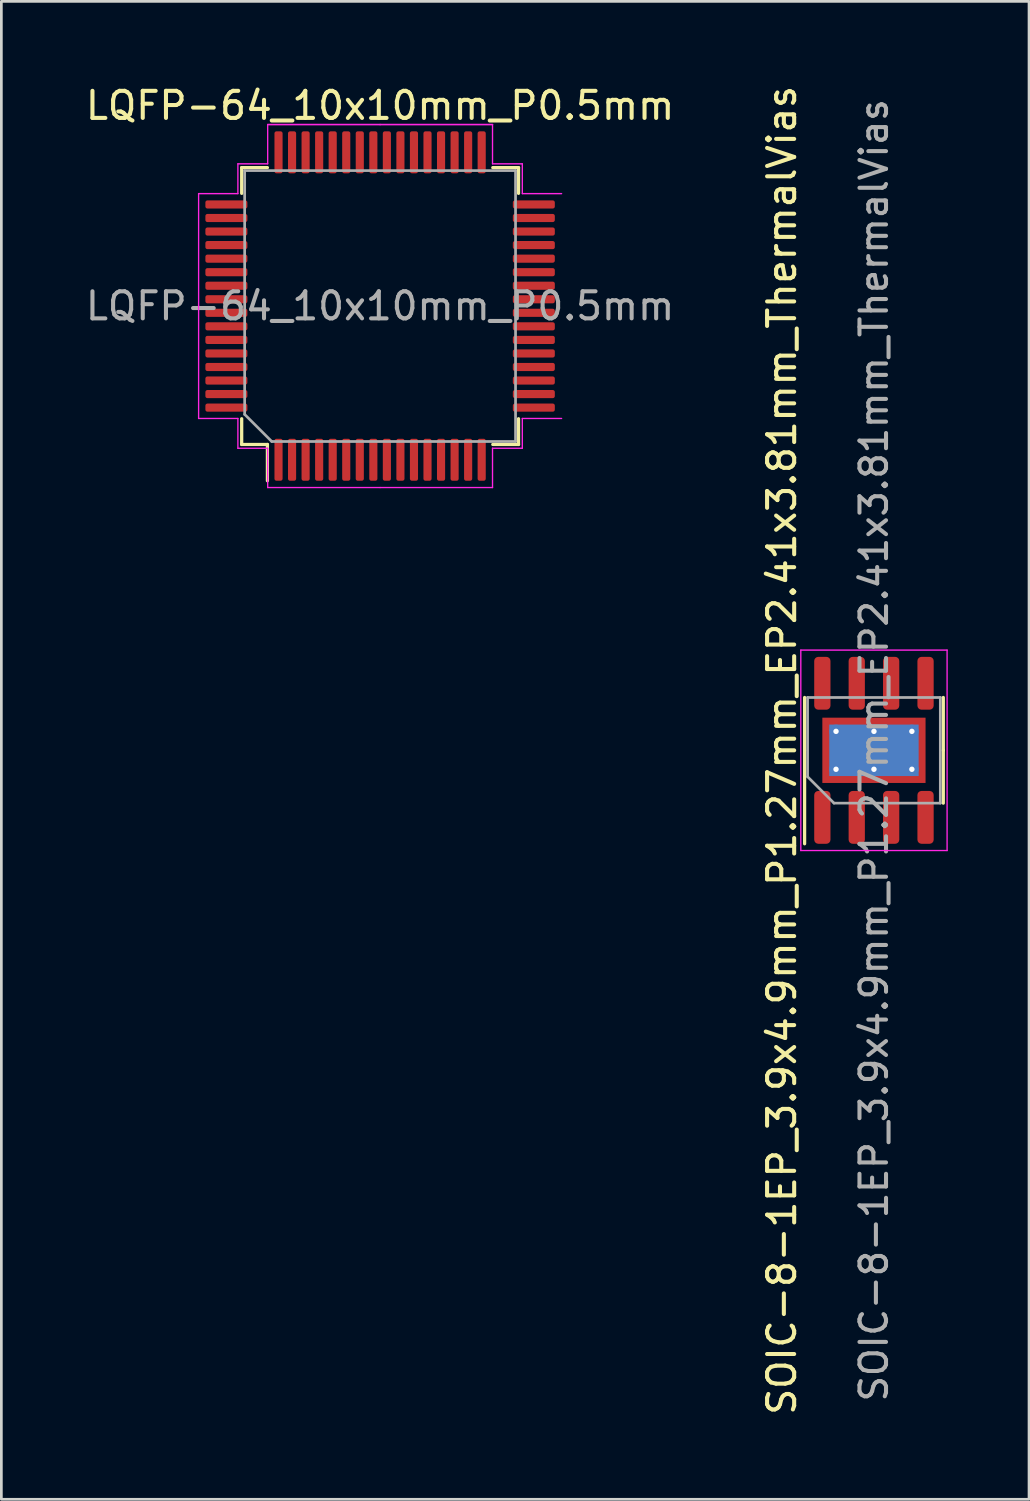
<source format=kicad_pcb>
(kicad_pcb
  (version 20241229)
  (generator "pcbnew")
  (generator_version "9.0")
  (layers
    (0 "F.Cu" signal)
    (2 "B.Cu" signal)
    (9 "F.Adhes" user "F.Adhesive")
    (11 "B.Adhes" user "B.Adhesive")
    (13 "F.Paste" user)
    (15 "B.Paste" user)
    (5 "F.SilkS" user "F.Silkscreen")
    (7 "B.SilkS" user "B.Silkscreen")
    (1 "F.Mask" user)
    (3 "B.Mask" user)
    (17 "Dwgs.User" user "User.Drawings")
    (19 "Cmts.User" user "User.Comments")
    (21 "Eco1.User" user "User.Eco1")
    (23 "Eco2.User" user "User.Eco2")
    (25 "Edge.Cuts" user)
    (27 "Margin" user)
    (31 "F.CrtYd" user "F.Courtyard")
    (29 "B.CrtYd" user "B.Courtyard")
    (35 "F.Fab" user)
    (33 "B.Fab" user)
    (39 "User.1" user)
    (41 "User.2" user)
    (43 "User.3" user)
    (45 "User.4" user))
  (footprint "LQFP-64_10x10mm_P0.5mm"
    (layer "F.Cu")
    (at 10.982 8.248)
    (property "Reference" "LQFP-64_10x10mm_P0.5mm" (at 0 -7.4 0) (layer "F.SilkS") (effects (font (size 1 1) (thickness 0.15))))
    (attr smd)
    (fp_line (start -5.11 -5.11) (end -4.16 -5.11) (stroke (width 0.12) (type solid)) (layer "F.SilkS"))
    (fp_line (start -5.11 -4.16) (end -5.11 -5.11) (stroke (width 0.12) (type solid)) (layer "F.SilkS"))
    (fp_line (start -5.11 4.16) (end -5.11 5.11) (stroke (width 0.12) (type solid)) (layer "F.SilkS"))
    (fp_line (start -5.11 5.11) (end -4.16 5.11) (stroke (width 0.12) (type solid)) (layer "F.SilkS"))
    (fp_line (start -4.16 5.11) (end -4.16 6.45) (stroke (width 0.12) (type solid)) (layer "F.SilkS"))
    (fp_line (start 5.11 -5.11) (end 4.16 -5.11) (stroke (width 0.12) (type solid)) (layer "F.SilkS"))
    (fp_line (start 5.11 -4.16) (end 5.11 -5.11) (stroke (width 0.12) (type solid)) (layer "F.SilkS"))
    (fp_line (start 5.11 4.16) (end 5.11 5.11) (stroke (width 0.12) (type solid)) (layer "F.SilkS"))
    (fp_line (start 5.11 5.11) (end 4.16 5.11) (stroke (width 0.12) (type solid)) (layer "F.SilkS"))
    (fp_line (start -6.7 -4.15) (end -6.7 0) (stroke (width 0.05) (type solid)) (layer "F.CrtYd"))
    (fp_line (start -6.7 -4.15) (end -5.25 -4.15) (stroke (width 0.05) (type solid)) (layer "F.CrtYd"))
    (fp_line (start -6.7 4.15) (end -6.7 0) (stroke (width 0.05) (type solid)) (layer "F.CrtYd"))
    (fp_line (start -6.7 4.15) (end -5.25 4.15) (stroke (width 0.05) (type solid)) (layer "F.CrtYd"))
    (fp_line (start -5.25 -5.25) (end -4.15 -5.25) (stroke (width 0.05) (type solid)) (layer "F.CrtYd"))
    (fp_line (start -5.25 -4.15) (end -5.25 -5.25) (stroke (width 0.05) (type solid)) (layer "F.CrtYd"))
    (fp_line (start -5.25 4.15) (end -5.25 5.25) (stroke (width 0.05) (type solid)) (layer "F.CrtYd"))
    (fp_line (start -5.25 5.25) (end -4.15 5.25) (stroke (width 0.05) (type solid)) (layer "F.CrtYd"))
    (fp_line (start -4.15 -6.7) (end 0 -6.7) (stroke (width 0.05) (type solid)) (layer "F.CrtYd"))
    (fp_line (start -4.15 -5.25) (end -4.15 -6.7) (stroke (width 0.05) (type solid)) (layer "F.CrtYd"))
    (fp_line (start -4.15 5.25) (end -4.15 6.7) (stroke (width 0.05) (type solid)) (layer "F.CrtYd"))
    (fp_line (start 0 -6.7) (end -4.15 -6.7) (stroke (width 0.05) (type solid)) (layer "F.CrtYd"))
    (fp_line (start 0 -6.7) (end 4.15 -6.7) (stroke (width 0.05) (type solid)) (layer "F.CrtYd"))
    (fp_line (start 0 6.7) (end -4.15 6.7) (stroke (width 0.05) (type solid)) (layer "F.CrtYd"))
    (fp_line (start 0 6.7) (end 4.15 6.7) (stroke (width 0.05) (type solid)) (layer "F.CrtYd"))
    (fp_line (start 4.15 -6.7) (end 0 -6.7) (stroke (width 0.05) (type solid)) (layer "F.CrtYd"))
    (fp_line (start 4.15 -5.25) (end 4.15 -6.7) (stroke (width 0.05) (type solid)) (layer "F.CrtYd"))
    (fp_line (start 4.15 5.25) (end 4.15 6.7) (stroke (width 0.05) (type solid)) (layer "F.CrtYd"))
    (fp_line (start 5.25 -5.25) (end 4.15 -5.25) (stroke (width 0.05) (type solid)) (layer "F.CrtYd"))
    (fp_line (start 5.25 -4.15) (end 5.25 -5.25) (stroke (width 0.05) (type solid)) (layer "F.CrtYd"))
    (fp_line (start 5.25 4.15) (end 5.25 5.25) (stroke (width 0.05) (type solid)) (layer "F.CrtYd"))
    (fp_line (start 5.25 5.25) (end 4.15 5.25) (stroke (width 0.05) (type solid)) (layer "F.CrtYd"))
    (fp_line (start 6.7 -4.15) (end 5.25 -4.15) (stroke (width 0.05) (type solid)) (layer "F.CrtYd"))
    (fp_line (start 6.7 4.15) (end 5.25 4.15) (stroke (width 0.05) (type solid)) (layer "F.CrtYd"))
    (fp_line (start -5 -5) (end 5 -5) (stroke (width 0.1) (type solid)) (layer "F.Fab"))
    (fp_line (start -5 4) (end -5 -5) (stroke (width 0.1) (type solid)) (layer "F.Fab"))
    (fp_line (start -4 5) (end -5 4) (stroke (width 0.1) (type solid)) (layer "F.Fab"))
    (fp_line (start 5 -5) (end 5 5) (stroke (width 0.1) (type solid)) (layer "F.Fab"))
    (fp_line (start 5 5) (end -4 5) (stroke (width 0.1) (type solid)) (layer "F.Fab"))
    (fp_text user "${REFERENCE}" (at 0 0 180) (layer "F.Fab") (effects (font (size 1 1) (thickness 0.15))))
    (pad "1" smd roundrect (at -3.75 5.675 90) (size 1.55 0.3) (layers "F.Cu" "F.Mask" "F.Paste") (roundrect_rratio 0.25))
    (pad "2" smd roundrect (at -3.25 5.675 90) (size 1.55 0.3) (layers "F.Cu" "F.Mask" "F.Paste") (roundrect_rratio 0.25))
    (pad "3" smd roundrect (at -2.75 5.675 90) (size 1.55 0.3) (layers "F.Cu" "F.Mask" "F.Paste") (roundrect_rratio 0.25))
    (pad "4" smd roundrect (at -2.25 5.675 90) (size 1.55 0.3) (layers "F.Cu" "F.Mask" "F.Paste") (roundrect_rratio 0.25))
    (pad "5" smd roundrect (at -1.75 5.675 90) (size 1.55 0.3) (layers "F.Cu" "F.Mask" "F.Paste") (roundrect_rratio 0.25))
    (pad "6" smd roundrect (at -1.25 5.675 90) (size 1.55 0.3) (layers "F.Cu" "F.Mask" "F.Paste") (roundrect_rratio 0.25))
    (pad "7" smd roundrect (at -0.75 5.675 90) (size 1.55 0.3) (layers "F.Cu" "F.Mask" "F.Paste") (roundrect_rratio 0.25))
    (pad "8" smd roundrect (at -0.25 5.675 90) (size 1.55 0.3) (layers "F.Cu" "F.Mask" "F.Paste") (roundrect_rratio 0.25))
    (pad "9" smd roundrect (at 0.25 5.675 90) (size 1.55 0.3) (layers "F.Cu" "F.Mask" "F.Paste") (roundrect_rratio 0.25))
    (pad "10" smd roundrect (at 0.75 5.675 90) (size 1.55 0.3) (layers "F.Cu" "F.Mask" "F.Paste") (roundrect_rratio 0.25))
    (pad "11" smd roundrect (at 1.25 5.675 90) (size 1.55 0.3) (layers "F.Cu" "F.Mask" "F.Paste") (roundrect_rratio 0.25))
    (pad "12" smd roundrect (at 1.75 5.675 90) (size 1.55 0.3) (layers "F.Cu" "F.Mask" "F.Paste") (roundrect_rratio 0.25))
    (pad "13" smd roundrect (at 2.25 5.675 90) (size 1.55 0.3) (layers "F.Cu" "F.Mask" "F.Paste") (roundrect_rratio 0.25))
    (pad "14" smd roundrect (at 2.75 5.675 90) (size 1.55 0.3) (layers "F.Cu" "F.Mask" "F.Paste") (roundrect_rratio 0.25))
    (pad "15" smd roundrect (at 3.25 5.675 90) (size 1.55 0.3) (layers "F.Cu" "F.Mask" "F.Paste") (roundrect_rratio 0.25))
    (pad "16" smd roundrect (at 3.75 5.675 90) (size 1.55 0.3) (layers "F.Cu" "F.Mask" "F.Paste") (roundrect_rratio 0.25))
    (pad "17" smd roundrect (at 5.675 3.75 90) (size 0.3 1.55) (layers "F.Cu" "F.Mask" "F.Paste") (roundrect_rratio 0.25))
    (pad "18" smd roundrect (at 5.675 3.25 90) (size 0.3 1.55) (layers "F.Cu" "F.Mask" "F.Paste") (roundrect_rratio 0.25))
    (pad "19" smd roundrect (at 5.675 2.75 90) (size 0.3 1.55) (layers "F.Cu" "F.Mask" "F.Paste") (roundrect_rratio 0.25))
    (pad "20" smd roundrect (at 5.675 2.25 90) (size 0.3 1.55) (layers "F.Cu" "F.Mask" "F.Paste") (roundrect_rratio 0.25))
    (pad "21" smd roundrect (at 5.675 1.75 90) (size 0.3 1.55) (layers "F.Cu" "F.Mask" "F.Paste") (roundrect_rratio 0.25))
    (pad "22" smd roundrect (at 5.675 1.25 90) (size 0.3 1.55) (layers "F.Cu" "F.Mask" "F.Paste") (roundrect_rratio 0.25))
    (pad "23" smd roundrect (at 5.675 0.75 90) (size 0.3 1.55) (layers "F.Cu" "F.Mask" "F.Paste") (roundrect_rratio 0.25))
    (pad "24" smd roundrect (at 5.675 0.25 90) (size 0.3 1.55) (layers "F.Cu" "F.Mask" "F.Paste") (roundrect_rratio 0.25))
    (pad "25" smd roundrect (at 5.675 -0.25 90) (size 0.3 1.55) (layers "F.Cu" "F.Mask" "F.Paste") (roundrect_rratio 0.25))
    (pad "26" smd roundrect (at 5.675 -0.75 90) (size 0.3 1.55) (layers "F.Cu" "F.Mask" "F.Paste") (roundrect_rratio 0.25))
    (pad "27" smd roundrect (at 5.675 -1.25 90) (size 0.3 1.55) (layers "F.Cu" "F.Mask" "F.Paste") (roundrect_rratio 0.25))
    (pad "28" smd roundrect (at 5.675 -1.75 90) (size 0.3 1.55) (layers "F.Cu" "F.Mask" "F.Paste") (roundrect_rratio 0.25))
    (pad "29" smd roundrect (at 5.675 -2.25 90) (size 0.3 1.55) (layers "F.Cu" "F.Mask" "F.Paste") (roundrect_rratio 0.25))
    (pad "30" smd roundrect (at 5.675 -2.75 90) (size 0.3 1.55) (layers "F.Cu" "F.Mask" "F.Paste") (roundrect_rratio 0.25))
    (pad "31" smd roundrect (at 5.675 -3.25 90) (size 0.3 1.55) (layers "F.Cu" "F.Mask" "F.Paste") (roundrect_rratio 0.25))
    (pad "32" smd roundrect (at 5.675 -3.75 90) (size 0.3 1.55) (layers "F.Cu" "F.Mask" "F.Paste") (roundrect_rratio 0.25))
    (pad "33" smd roundrect (at 3.75 -5.675 90) (size 1.55 0.3) (layers "F.Cu" "F.Mask" "F.Paste") (roundrect_rratio 0.25))
    (pad "34" smd roundrect (at 3.25 -5.675 90) (size 1.55 0.3) (layers "F.Cu" "F.Mask" "F.Paste") (roundrect_rratio 0.25))
    (pad "35" smd roundrect (at 2.75 -5.675 90) (size 1.55 0.3) (layers "F.Cu" "F.Mask" "F.Paste") (roundrect_rratio 0.25))
    (pad "36" smd roundrect (at 2.25 -5.675 90) (size 1.55 0.3) (layers "F.Cu" "F.Mask" "F.Paste") (roundrect_rratio 0.25))
    (pad "37" smd roundrect (at 1.75 -5.675 90) (size 1.55 0.3) (layers "F.Cu" "F.Mask" "F.Paste") (roundrect_rratio 0.25))
    (pad "38" smd roundrect (at 1.25 -5.675 90) (size 1.55 0.3) (layers "F.Cu" "F.Mask" "F.Paste") (roundrect_rratio 0.25))
    (pad "39" smd roundrect (at 0.75 -5.675 90) (size 1.55 0.3) (layers "F.Cu" "F.Mask" "F.Paste") (roundrect_rratio 0.25))
    (pad "40" smd roundrect (at 0.25 -5.675 90) (size 1.55 0.3) (layers "F.Cu" "F.Mask" "F.Paste") (roundrect_rratio 0.25))
    (pad "41" smd roundrect (at -0.25 -5.675 90) (size 1.55 0.3) (layers "F.Cu" "F.Mask" "F.Paste") (roundrect_rratio 0.25))
    (pad "42" smd roundrect (at -0.75 -5.675 90) (size 1.55 0.3) (layers "F.Cu" "F.Mask" "F.Paste") (roundrect_rratio 0.25))
    (pad "43" smd roundrect (at -1.25 -5.675 90) (size 1.55 0.3) (layers "F.Cu" "F.Mask" "F.Paste") (roundrect_rratio 0.25))
    (pad "44" smd roundrect (at -1.75 -5.675 90) (size 1.55 0.3) (layers "F.Cu" "F.Mask" "F.Paste") (roundrect_rratio 0.25))
    (pad "45" smd roundrect (at -2.25 -5.675 90) (size 1.55 0.3) (layers "F.Cu" "F.Mask" "F.Paste") (roundrect_rratio 0.25))
    (pad "46" smd roundrect (at -2.75 -5.675 90) (size 1.55 0.3) (layers "F.Cu" "F.Mask" "F.Paste") (roundrect_rratio 0.25))
    (pad "47" smd roundrect (at -3.25 -5.675 90) (size 1.55 0.3) (layers "F.Cu" "F.Mask" "F.Paste") (roundrect_rratio 0.25))
    (pad "48" smd roundrect (at -3.75 -5.675 90) (size 1.55 0.3) (layers "F.Cu" "F.Mask" "F.Paste") (roundrect_rratio 0.25))
    (pad "49" smd roundrect (at -5.675 -3.75 90) (size 0.3 1.55) (layers "F.Cu" "F.Mask" "F.Paste") (roundrect_rratio 0.25))
    (pad "50" smd roundrect (at -5.675 -3.25 90) (size 0.3 1.55) (layers "F.Cu" "F.Mask" "F.Paste") (roundrect_rratio 0.25))
    (pad "51" smd roundrect (at -5.675 -2.75 90) (size 0.3 1.55) (layers "F.Cu" "F.Mask" "F.Paste") (roundrect_rratio 0.25))
    (pad "52" smd roundrect (at -5.675 -2.25 90) (size 0.3 1.55) (layers "F.Cu" "F.Mask" "F.Paste") (roundrect_rratio 0.25))
    (pad "53" smd roundrect (at -5.675 -1.75 90) (size 0.3 1.55) (layers "F.Cu" "F.Mask" "F.Paste") (roundrect_rratio 0.25))
    (pad "54" smd roundrect (at -5.675 -1.25 90) (size 0.3 1.55) (layers "F.Cu" "F.Mask" "F.Paste") (roundrect_rratio 0.25))
    (pad "55" smd roundrect (at -5.675 -0.75 90) (size 0.3 1.55) (layers "F.Cu" "F.Mask" "F.Paste") (roundrect_rratio 0.25))
    (pad "56" smd roundrect (at -5.675 -0.25 90) (size 0.3 1.55) (layers "F.Cu" "F.Mask" "F.Paste") (roundrect_rratio 0.25))
    (pad "57" smd roundrect (at -5.675 0.25 90) (size 0.3 1.55) (layers "F.Cu" "F.Mask" "F.Paste") (roundrect_rratio 0.25))
    (pad "58" smd roundrect (at -5.675 0.75 90) (size 0.3 1.55) (layers "F.Cu" "F.Mask" "F.Paste") (roundrect_rratio 0.25))
    (pad "59" smd roundrect (at -5.675 1.25 90) (size 0.3 1.55) (layers "F.Cu" "F.Mask" "F.Paste") (roundrect_rratio 0.25))
    (pad "60" smd roundrect (at -5.675 1.75 90) (size 0.3 1.55) (layers "F.Cu" "F.Mask" "F.Paste") (roundrect_rratio 0.25))
    (pad "61" smd roundrect (at -5.675 2.25 90) (size 0.3 1.55) (layers "F.Cu" "F.Mask" "F.Paste") (roundrect_rratio 0.25))
    (pad "62" smd roundrect (at -5.675 2.75 90) (size 0.3 1.55) (layers "F.Cu" "F.Mask" "F.Paste") (roundrect_rratio 0.25))
    (pad "63" smd roundrect (at -5.675 3.25 90) (size 0.3 1.55) (layers "F.Cu" "F.Mask" "F.Paste") (roundrect_rratio 0.25))
    (pad "64" smd roundrect (at -5.675 3.75 90) (size 0.3 1.55) (layers "F.Cu" "F.Mask" "F.Paste") (roundrect_rratio 0.25)))
  (footprint "SOIC-8-1EP_3.9x4.9mm_P1.27mm_EP2.41x3.81mm_ThermalVias"
    (layer "F.Cu")
    (at 29.213 24.649)
    (property "Reference" "SOIC-8-1EP_3.9x4.9mm_P1.27mm_EP2.41x3.81mm_ThermalVias" (at -3.4 0 90) (layer "F.SilkS") (effects (font (size 1 1) (thickness 0.15))))
    (attr smd)
    (fp_line (start -2.56 0) (end -2.56 -1.95) (stroke (width 0.12) (type solid)) (layer "F.SilkS"))
    (fp_line (start -2.56 0) (end -2.56 3.45) (stroke (width 0.12) (type solid)) (layer "F.SilkS"))
    (fp_line (start 2.56 0) (end 2.56 -1.95) (stroke (width 0.12) (type solid)) (layer "F.SilkS"))
    (fp_line (start 2.56 0) (end 2.56 1.95) (stroke (width 0.12) (type solid)) (layer "F.SilkS"))
    (fp_line (start -2.7 -3.7) (end -2.7 3.7) (stroke (width 0.05) (type solid)) (layer "F.CrtYd"))
    (fp_line (start -2.7 3.7) (end 2.7 3.7) (stroke (width 0.05) (type solid)) (layer "F.CrtYd"))
    (fp_line (start 2.7 -3.7) (end -2.7 -3.7) (stroke (width 0.05) (type solid)) (layer "F.CrtYd"))
    (fp_line (start 2.7 3.7) (end 2.7 -3.7) (stroke (width 0.05) (type solid)) (layer "F.CrtYd"))
    (fp_line (start -2.45 -1.95) (end 2.45 -1.95) (stroke (width 0.1) (type solid)) (layer "F.Fab"))
    (fp_line (start -2.45 0.975) (end -2.45 -1.95) (stroke (width 0.1) (type solid)) (layer "F.Fab"))
    (fp_line (start -1.475 1.95) (end -2.45 0.975) (stroke (width 0.1) (type solid)) (layer "F.Fab"))
    (fp_line (start 2.45 -1.95) (end 2.45 1.95) (stroke (width 0.1) (type solid)) (layer "F.Fab"))
    (fp_line (start 2.45 1.95) (end -1.475 1.95) (stroke (width 0.1) (type solid)) (layer "F.Fab"))
    (fp_text user "${REFERENCE}" (at 0 0 90) (layer "F.Fab") (effects (font (size 0.98 0.98) (thickness 0.15))))
    (pad "" smd roundrect (at -0.95 -0.6 90) (size 1.01 1.59) (layers "F.Paste") (roundrect_rratio 0.248))
    (pad "" smd roundrect (at -0.95 0.6 90) (size 1.01 1.59) (layers "F.Paste") (roundrect_rratio 0.248))
    (pad "" smd roundrect (at 0.95 -0.6 90) (size 1.01 1.59) (layers "F.Paste") (roundrect_rratio 0.248))
    (pad "" smd roundrect (at 0.95 0.6 90) (size 1.01 1.59) (layers "F.Paste") (roundrect_rratio 0.248))
    (pad "1" smd roundrect (at -1.905 2.475 90) (size 1.95 0.6) (layers "F.Cu" "F.Mask" "F.Paste") (roundrect_rratio 0.25))
    (pad "2" smd roundrect (at -0.635 2.475 90) (size 1.95 0.6) (layers "F.Cu" "F.Mask" "F.Paste") (roundrect_rratio 0.25))
    (pad "3" smd roundrect (at 0.635 2.475 90) (size 1.95 0.6) (layers "F.Cu" "F.Mask" "F.Paste") (roundrect_rratio 0.25))
    (pad "4" smd roundrect (at 1.905 2.475 90) (size 1.95 0.6) (layers "F.Cu" "F.Mask" "F.Paste") (roundrect_rratio 0.25))
    (pad "5" smd roundrect (at 1.905 -2.475 90) (size 1.95 0.6) (layers "F.Cu" "F.Mask" "F.Paste") (roundrect_rratio 0.25))
    (pad "6" smd roundrect (at 0.635 -2.475 90) (size 1.95 0.6) (layers "F.Cu" "F.Mask" "F.Paste") (roundrect_rratio 0.25))
    (pad "7" smd roundrect (at -0.635 -2.475 90) (size 1.95 0.6) (layers "F.Cu" "F.Mask" "F.Paste") (roundrect_rratio 0.25))
    (pad "8" smd roundrect (at -1.905 -2.475 90) (size 1.95 0.6) (layers "F.Cu" "F.Mask" "F.Paste") (roundrect_rratio 0.25))
    (pad "9" thru_hole circle (at -1.4 -0.7 90) (size 0.5 0.5) (drill 0.2) (layers "*.Cu"))
    (pad "9" thru_hole circle (at -1.4 0.7 90) (size 0.5 0.5) (drill 0.2) (layers "*.Cu"))
    (pad "9" thru_hole circle (at 0 -0.7 90) (size 0.5 0.5) (drill 0.2) (layers "*.Cu"))
    (pad "9" smd rect (at 0 0 90) (size 1.9 3.3) (layers "B.Cu"))
    (pad "9" smd rect (at 0 0 90) (size 2.41 3.81) (layers "F.Cu" "F.Mask"))
    (pad "9" thru_hole circle (at 0 0.7 90) (size 0.5 0.5) (drill 0.2) (layers "*.Cu"))
    (pad "9" thru_hole circle (at 1.4 -0.7 90) (size 0.5 0.5) (drill 0.2) (layers "*.Cu"))
    (pad "9" thru_hole circle (at 1.4 0.7 90) (size 0.5 0.5) (drill 0.2) (layers "*.Cu")))
  (gr_rect
    (start -3 -3)
    (end 34.938 52.298)
    (stroke (width 0.1) (type default))
    (fill no)
    (layer "Edge.Cuts")))
</source>
